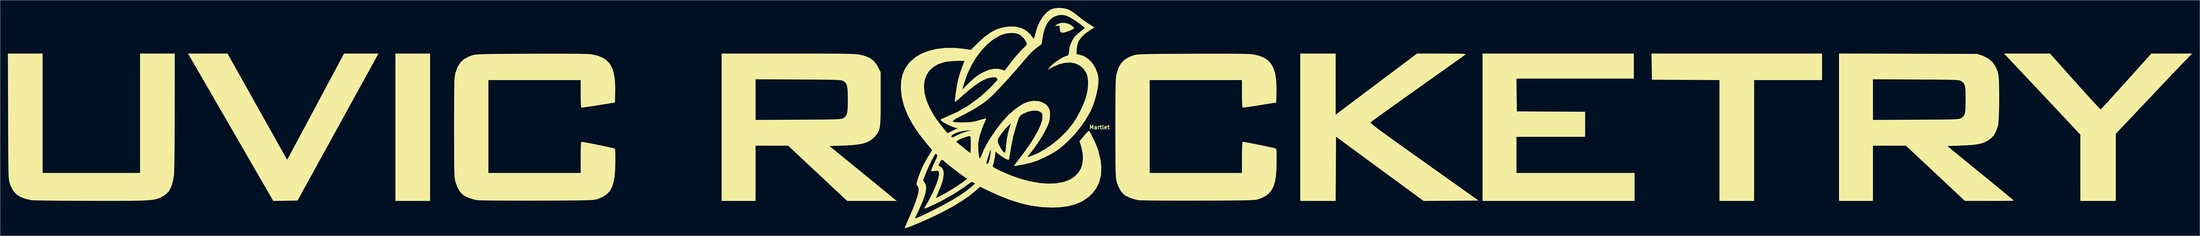
<source format=kicad_pcb>
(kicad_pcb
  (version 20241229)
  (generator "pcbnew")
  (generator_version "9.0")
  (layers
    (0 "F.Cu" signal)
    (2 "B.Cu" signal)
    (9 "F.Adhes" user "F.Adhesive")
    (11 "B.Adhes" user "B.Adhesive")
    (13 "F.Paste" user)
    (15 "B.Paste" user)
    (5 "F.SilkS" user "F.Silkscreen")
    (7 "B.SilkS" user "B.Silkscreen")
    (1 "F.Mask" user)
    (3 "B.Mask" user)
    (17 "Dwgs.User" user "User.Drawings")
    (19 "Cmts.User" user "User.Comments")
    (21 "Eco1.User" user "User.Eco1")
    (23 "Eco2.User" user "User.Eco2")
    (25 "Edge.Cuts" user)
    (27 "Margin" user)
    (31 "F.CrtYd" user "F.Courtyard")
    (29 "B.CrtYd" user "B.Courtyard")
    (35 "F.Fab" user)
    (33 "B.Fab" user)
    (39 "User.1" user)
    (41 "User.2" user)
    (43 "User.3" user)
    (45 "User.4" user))
  (footprint "Martlet"
    (layer "F.Cu")
    (at 422.118 46.229)
    (property "Reference" "Martlet" (at 0 0 0) (layer "F.SilkS") (effects (font (size 1.5 1.5) (thickness 0.3))))
    (attr board_only exclude_from_pos_files exclude_from_bom)
    (fp_poly (pts (xy -258.852 0) (xy -258.852 28.539) (xy -265.558 28.539) (xy -272.265 28.539) (xy -272.265 0) (xy -272.265 -28.539) (xy -265.558 -28.539) (xy -258.852 -28.539)) (stroke (width 0) (type solid)) (fill yes) (layer "F.SilkS"))
    (fp_poly (pts (xy 279.4 -23.402) (xy 279.4 -18.265) (xy 266.272 -18.265) (xy 253.144 -18.265) (xy 253.144 5.137) (xy 253.144 28.539) (xy 246.437 28.539) (xy 239.73 28.539) (xy 239.73 5.14) (xy 239.73 -18.259) (xy 226.674 -18.334) (xy 213.617 -18.408) (xy 213.539 -23.474) (xy 213.461 -28.539) (xy 246.43 -28.539) (xy 279.4 -28.539)) (stroke (width 0) (type solid)) (fill yes) (layer "F.SilkS"))
    (fp_poly (pts (xy 206.625 -23.688) (xy 206.625 -18.836) (xy 183.93 -18.836) (xy 161.236 -18.836) (xy 161.313 -12.486) (xy 161.39 -6.136) (xy 174.589 -6.062) (xy 187.789 -5.988) (xy 187.789 -1.139) (xy 187.789 3.71) (xy 174.518 3.71) (xy 161.247 3.71) (xy 161.247 10.702) (xy 161.247 17.694) (xy 184.079 17.694) (xy 206.91 17.694) (xy 206.91 23.117) (xy 206.91 28.539) (xy 177.515 28.539) (xy 148.119 28.539) (xy 148.119 0) (xy 148.119 -28.539) (xy 177.372 -28.539) (xy 206.625 -28.539)) (stroke (width 0) (type solid)) (fill yes) (layer "F.SilkS"))
    (fp_poly (pts (xy -12.102 -40.11) (xy -10.817 -39.442) (xy -10.161 -38.857) (xy -9.881 -38.509) (xy -9.864 -38.263) (xy -10.19 -38.012) (xy -10.939 -37.652) (xy -11.16 -37.552) (xy -12.214 -37.125) (xy -13.244 -36.787) (xy -13.746 -36.665) (xy -14.487 -36.592) (xy -14.9 -36.765) (xy -15.101 -37.055) (xy -15.326 -37.763) (xy -15.411 -38.545) (xy -15.456 -39.163) (xy -15.703 -39.357) (xy -16.267 -39.284) (xy -16.925 -39.198) (xy -17.065 -39.313) (xy -16.688 -39.642) (xy -16.196 -39.958) (xy -14.968 -40.4) (xy -13.545 -40.44)) (stroke (width 0) (type solid)) (fill yes) (layer "F.SilkS"))
    (fp_poly (pts (xy -325.664 -7.971) (xy -314.138 12.597) (xy -313.307 11.079) (xy -313.039 10.584) (xy -312.526 9.629) (xy -311.79 8.256) (xy -310.854 6.509) (xy -309.742 4.429) (xy -308.475 2.062) (xy -307.078 -0.552) (xy -305.573 -3.368) (xy -303.983 -6.344) (xy -302.331 -9.437) (xy -302.303 -9.489) (xy -292.13 -28.539) (xy -285.461 -28.539) (xy -278.793 -28.539) (xy -279.392 -27.469) (xy -279.608 -27.079) (xy -280.081 -26.222) (xy -280.791 -24.932) (xy -281.721 -23.243) (xy -282.851 -21.189) (xy -284.164 -18.803) (xy -285.641 -16.118) (xy -287.262 -13.169) (xy -289.011 -9.99) (xy -290.867 -6.613) (xy -292.814 -3.073) (xy -294.831 0.597) (xy -295.052 0.999) (xy -310.112 28.397) (xy -314.805 28.467) (xy -319.498 28.536) (xy -335.271 1.211) (xy -337.384 -2.448) (xy -339.426 -5.985) (xy -341.379 -9.366) (xy -343.223 -12.559) (xy -344.94 -15.529) (xy -346.509 -18.243) (xy -347.911 -20.669) (xy -349.128 -22.772) (xy -350.139 -24.52) (xy -350.926 -25.879) (xy -351.47 -26.815) (xy -351.75 -27.295) (xy -351.769 -27.326) (xy -352.493 -28.539) (xy -344.842 -28.539) (xy -337.19 -28.539)) (stroke (width 0) (type solid)) (fill yes) (layer "F.SilkS"))
    (fp_poly (pts (xy 377.207 -17.715) (xy 379.087 -15.612) (xy 380.858 -13.646) (xy 382.482 -11.857) (xy 383.922 -10.286) (xy 385.141 -8.972) (xy 386.103 -7.956) (xy 386.77 -7.276) (xy 387.107 -6.973) (xy 387.136 -6.961) (xy 387.377 -7.181) (xy 387.961 -7.786) (xy 388.851 -8.736) (xy 390.011 -9.99) (xy 391.401 -11.508) (xy 392.987 -13.25) (xy 394.73 -15.175) (xy 396.593 -17.242) (xy 397.081 -17.785) (xy 406.74 -28.539) (xy 414.626 -28.539) (xy 422.511 -28.539) (xy 420.352 -26.328) (xy 419.774 -25.728) (xy 418.843 -24.756) (xy 417.603 -23.454) (xy 416.092 -21.866) (xy 414.351 -20.034) (xy 412.422 -18.001) (xy 410.345 -15.809) (xy 408.16 -13.501) (xy 405.907 -11.121) (xy 405.59 -10.785) (xy 392.987 2.546) (xy 392.987 15.543) (xy 392.987 28.539) (xy 386.137 28.539) (xy 379.288 28.539) (xy 379.288 15.698) (xy 379.288 2.856) (xy 365.687 -11.629) (xy 363.384 -14.082) (xy 361.17 -16.439) (xy 359.08 -18.663) (xy 357.151 -20.717) (xy 355.415 -22.563) (xy 353.91 -24.164) (xy 352.669 -25.483) (xy 351.727 -26.483) (xy 351.12 -27.126) (xy 350.93 -27.326) (xy 349.773 -28.539) (xy 358.668 -28.539) (xy 367.563 -28.539)) (stroke (width 0) (type solid)) (fill yes) (layer "F.SilkS"))
    (fp_poly (pts (xy 91.326 -16.705) (xy 91.326 -4.871) (xy 107.056 -16.705) (xy 122.786 -28.539) (xy 132.384 -28.53) (xy 134.98 -28.526) (xy 137.057 -28.516) (xy 138.667 -28.499) (xy 139.861 -28.472) (xy 140.693 -28.432) (xy 141.213 -28.377) (xy 141.475 -28.304) (xy 141.528 -28.21) (xy 141.427 -28.093) (xy 141.412 -28.082) (xy 141.093 -27.849) (xy 140.345 -27.312) (xy 139.206 -26.498) (xy 137.714 -25.434) (xy 135.906 -24.144) (xy 133.818 -22.657) (xy 131.489 -20.999) (xy 128.956 -19.197) (xy 126.255 -17.276) (xy 123.424 -15.264) (xy 123.147 -15.067) (xy 120.308 -13.047) (xy 117.596 -11.116) (xy 115.049 -9.299) (xy 112.705 -7.624) (xy 110.6 -6.117) (xy 108.771 -4.804) (xy 107.256 -3.712) (xy 106.092 -2.868) (xy 105.315 -2.299) (xy 104.963 -2.031) (xy 104.952 -2.022) (xy 104.887 -1.926) (xy 104.893 -1.798) (xy 104.996 -1.616) (xy 105.224 -1.36) (xy 105.605 -1.01) (xy 106.166 -0.544) (xy 106.934 0.057) (xy 107.937 0.815) (xy 109.202 1.75) (xy 110.756 2.881) (xy 112.627 4.231) (xy 114.841 5.819) (xy 117.427 7.666) (xy 120.412 9.793) (xy 123.823 12.219) (xy 125.515 13.422) (xy 146.578 28.397) (xy 135.95 28.471) (xy 125.321 28.546) (xy 108.395 16.111) (xy 91.469 3.675) (xy 91.394 16.107) (xy 91.32 28.539) (xy 84.473 28.539) (xy 77.627 28.539) (xy 77.627 0) (xy 77.627 -28.539) (xy 84.476 -28.539) (xy 91.326 -28.539)) (stroke (width 0) (type solid)) (fill yes) (layer "F.SilkS"))
    (fp_poly (pts (xy -408.683 -5.422) (xy -408.683 17.694) (xy -389.847 17.694) (xy -371.011 17.694) (xy -371.011 -5.422) (xy -371.011 -28.539) (xy -364.304 -28.539) (xy -357.598 -28.539) (xy -357.607 -6.065) (xy -357.612 -2.254) (xy -357.623 1.373) (xy -357.641 4.774) (xy -357.665 7.905) (xy -357.694 10.723) (xy -357.727 13.183) (xy -357.765 15.243) (xy -357.806 16.859) (xy -357.85 17.986) (xy -357.893 18.551) (xy -358.323 21.025) (xy -358.927 23.013) (xy -359.743 24.584) (xy -360.808 25.806) (xy -362.16 26.747) (xy -362.449 26.899) (xy -363.045 27.189) (xy -363.622 27.443) (xy -364.221 27.663) (xy -364.883 27.851) (xy -365.649 28.01) (xy -366.559 28.142) (xy -367.654 28.249) (xy -368.975 28.335) (xy -370.563 28.4) (xy -372.458 28.448) (xy -374.7 28.481) (xy -377.331 28.501) (xy -380.392 28.511) (xy -383.922 28.513) (xy -387.963 28.509) (xy -390.086 28.506) (xy -393.584 28.497) (xy -396.943 28.483) (xy -400.115 28.464) (xy -403.053 28.441) (xy -405.708 28.413) (xy -408.033 28.383) (xy -409.981 28.349) (xy -411.502 28.314) (xy -412.551 28.276) (xy -413.077 28.238) (xy -413.085 28.237) (xy -415.502 27.689) (xy -417.444 26.907) (xy -418.975 25.842) (xy -420.162 24.444) (xy -421.068 22.665) (xy -421.314 21.995) (xy -421.426 21.658) (xy -421.524 21.327) (xy -421.61 20.961) (xy -421.683 20.524) (xy -421.746 19.975) (xy -421.799 19.278) (xy -421.844 18.393) (xy -421.881 17.283) (xy -421.912 15.908) (xy -421.937 14.23) (xy -421.958 12.211) (xy -421.976 9.812) (xy -421.991 6.995) (xy -422.005 3.721) (xy -422.019 -0.048) (xy -422.034 -4.21) (xy -422.118 -28.539) (xy -415.4 -28.539) (xy -408.683 -28.539)) (stroke (width 0) (type solid)) (fill yes) (layer "F.SilkS"))
    (fp_poly (pts (xy 312.72 -28.476) (xy 339.475 -28.397) (xy 341.36 -27.756) (xy 343.467 -26.763) (xy 345.18 -25.363) (xy 346.481 -23.576) (xy 347.35 -21.425) (xy 347.583 -20.413) (xy 347.698 -19.459) (xy 347.786 -18.044) (xy 347.85 -16.266) (xy 347.888 -14.227) (xy 347.903 -12.026) (xy 347.893 -9.762) (xy 347.861 -7.536) (xy 347.807 -5.447) (xy 347.73 -3.596) (xy 347.633 -2.081) (xy 347.514 -1.002) (xy 347.469 -0.752) (xy 346.771 1.496) (xy 345.726 3.292) (xy 344.379 4.602) (xy 343.323 5.297) (xy 342.227 5.848) (xy 341.002 6.273) (xy 339.561 6.592) (xy 337.817 6.824) (xy 335.682 6.989) (xy 333.068 7.104) (xy 332.945 7.108) (xy 327.841 7.278) (xy 340.722 17.808) (xy 343.063 19.723) (xy 345.267 21.53) (xy 347.295 23.196) (xy 349.109 24.689) (xy 350.669 25.976) (xy 351.936 27.027) (xy 352.873 27.809) (xy 353.44 28.29) (xy 353.602 28.439) (xy 353.328 28.462) (xy 352.549 28.483) (xy 351.332 28.501) (xy 349.743 28.515) (xy 347.848 28.525) (xy 345.714 28.529) (xy 344.113 28.528) (xy 334.624 28.517) (xy 323.226 17.826) (xy 311.828 7.135) (xy 305.46 7.135) (xy 299.092 7.135) (xy 299.092 17.837) (xy 299.092 28.539) (xy 292.528 28.539) (xy 285.964 28.539) (xy 285.964 -0.008) (xy 285.964 -18.568) (xy 299.092 -18.568) (xy 299.092 -10.7) (xy 299.092 -2.832) (xy 315.729 -2.914) (xy 319.247 -2.933) (xy 322.24 -2.952) (xy 324.751 -2.972) (xy 326.826 -2.996) (xy 328.51 -3.024) (xy 329.847 -3.059) (xy 330.884 -3.102) (xy 331.663 -3.154) (xy 332.231 -3.217) (xy 332.632 -3.293) (xy 332.911 -3.382) (xy 333.114 -3.487) (xy 333.134 -3.5) (xy 333.728 -3.924) (xy 334.172 -4.367) (xy 334.489 -4.916) (xy 334.7 -5.659) (xy 334.826 -6.681) (xy 334.888 -8.069) (xy 334.908 -9.911) (xy 334.909 -10.701) (xy 334.899 -12.727) (xy 334.854 -14.269) (xy 334.754 -15.414) (xy 334.576 -16.247) (xy 334.299 -16.857) (xy 333.903 -17.328) (xy 333.366 -17.749) (xy 333.134 -17.904) (xy 332.938 -18.011) (xy 332.67 -18.102) (xy 332.286 -18.179) (xy 331.74 -18.243) (xy 330.988 -18.297) (xy 329.984 -18.34) (xy 328.685 -18.376) (xy 327.044 -18.405) (xy 325.018 -18.429) (xy 322.561 -18.449) (xy 319.628 -18.468) (xy 316.174 -18.486) (xy 315.729 -18.488) (xy 299.092 -18.568) (xy 285.964 -18.568) (xy 285.964 -28.556)) (stroke (width 0) (type solid)) (fill yes) (layer "F.SilkS"))
    (fp_poly (pts (xy -115.923 -28.538) (xy -111.955 -28.535) (xy -108.484 -28.529) (xy -105.474 -28.519) (xy -102.886 -28.504) (xy -100.685 -28.485) (xy -98.833 -28.461) (xy -97.293 -28.431) (xy -96.029 -28.394) (xy -95.003 -28.349) (xy -94.178 -28.297) (xy -93.518 -28.237) (xy -92.986 -28.168) (xy -92.545 -28.089) (xy -92.537 -28.087) (xy -90.335 -27.493) (xy -88.589 -26.685) (xy -87.208 -25.597) (xy -86.098 -24.163) (xy -85.557 -23.178) (xy -84.619 -21.274) (xy -84.619 -10.994) (xy -84.623 -8.046) (xy -84.639 -5.608) (xy -84.677 -3.618) (xy -84.745 -2.014) (xy -84.852 -0.735) (xy -85.007 0.281) (xy -85.218 1.095) (xy -85.494 1.768) (xy -85.843 2.362) (xy -86.275 2.938) (xy -86.65 3.387) (xy -87.634 4.396) (xy -88.724 5.207) (xy -89.996 5.843) (xy -91.522 6.326) (xy -93.376 6.677) (xy -95.633 6.919) (xy -98.367 7.074) (xy -99.076 7.1) (xy -104.401 7.278) (xy -94.102 15.697) (xy -91.895 17.501) (xy -89.73 19.272) (xy -87.666 20.96) (xy -85.762 22.517) (xy -84.08 23.894) (xy -82.678 25.042) (xy -81.617 25.911) (xy -81.109 26.328) (xy -78.416 28.539) (xy -87.998 28.539) (xy -97.579 28.539) (xy -108.994 17.837) (xy -120.408 7.135) (xy -126.701 7.135) (xy -132.993 7.135) (xy -132.993 17.837) (xy -132.993 28.539) (xy -139.557 28.539) (xy -146.121 28.539) (xy -146.121 0) (xy -146.121 -18.568) (xy -132.993 -18.568) (xy -132.993 -10.702) (xy -132.993 -2.836) (xy -116.512 -2.916) (xy -113.013 -2.934) (xy -110.039 -2.953) (xy -107.544 -2.973) (xy -105.483 -2.996) (xy -103.809 -3.025) (xy -102.478 -3.06) (xy -101.443 -3.104) (xy -100.659 -3.157) (xy -100.08 -3.221) (xy -99.659 -3.298) (xy -99.353 -3.39) (xy -99.114 -3.497) (xy -99.08 -3.515) (xy -98.489 -3.904) (xy -98.045 -4.394) (xy -97.726 -5.065) (xy -97.514 -5.999) (xy -97.389 -7.276) (xy -97.331 -8.977) (xy -97.319 -10.702) (xy -97.338 -12.802) (xy -97.408 -14.412) (xy -97.549 -15.615) (xy -97.78 -16.49) (xy -98.122 -17.119) (xy -98.594 -17.583) (xy -99.08 -17.889) (xy -99.313 -18) (xy -99.607 -18.094) (xy -100.007 -18.173) (xy -100.559 -18.239) (xy -101.309 -18.294) (xy -102.303 -18.338) (xy -103.587 -18.375) (xy -105.205 -18.404) (xy -107.205 -18.428) (xy -109.631 -18.449) (xy -112.53 -18.467) (xy -115.946 -18.485) (xy -116.512 -18.488) (xy -132.993 -18.568) (xy -146.121 -18.568) (xy -146.121 -28.539) (xy -120.424 -28.539)) (stroke (width 0) (type solid)) (fill yes) (layer "F.SilkS"))
    (fp_poly (pts (xy 48.472 -28.484) (xy 51.605 -28.467) (xy 54.222 -28.44) (xy 56.312 -28.402) (xy 57.862 -28.353) (xy 58.859 -28.295) (xy 59.141 -28.263) (xy 61.49 -27.76) (xy 63.453 -27.014) (xy 65.052 -25.989) (xy 66.313 -24.645) (xy 67.26 -22.944) (xy 67.916 -20.846) (xy 68.306 -18.315) (xy 68.455 -15.31) (xy 68.441 -13.416) (xy 68.352 -9.566) (xy 61.93 -8.537) (xy 60.081 -8.247) (xy 58.421 -7.998) (xy 57.034 -7.803) (xy 56.001 -7.673) (xy 55.405 -7.618) (xy 55.295 -7.623) (xy 55.227 -7.932) (xy 55.168 -8.72) (xy 55.122 -9.895) (xy 55.091 -11.366) (xy 55.081 -13.002) (xy 55.081 -18.265) (xy 37.244 -18.265) (xy 19.407 -18.265) (xy 19.407 -0.285) (xy 19.407 17.694) (xy 37.244 17.694) (xy 55.081 17.694) (xy 55.081 11.718) (xy 55.091 9.932) (xy 55.118 8.347) (xy 55.16 7.05) (xy 55.213 6.127) (xy 55.275 5.662) (xy 55.295 5.625) (xy 55.609 5.653) (xy 56.385 5.781) (xy 57.529 5.991) (xy 58.945 6.261) (xy 60.536 6.575) (xy 62.208 6.912) (xy 63.865 7.254) (xy 65.412 7.581) (xy 66.752 7.874) (xy 67.79 8.115) (xy 67.852 8.13) (xy 68.087 8.204) (xy 68.256 8.35) (xy 68.37 8.65) (xy 68.44 9.186) (xy 68.478 10.043) (xy 68.492 11.302) (xy 68.494 13.046) (xy 68.494 13.108) (xy 68.428 16.313) (xy 68.211 19.014) (xy 67.818 21.262) (xy 67.223 23.11) (xy 66.401 24.611) (xy 65.326 25.816) (xy 63.971 26.779) (xy 62.312 27.551) (xy 61.217 27.927) (xy 60.885 28.011) (xy 60.44 28.085) (xy 59.844 28.148) (xy 59.058 28.203) (xy 58.043 28.249) (xy 56.759 28.288) (xy 55.167 28.321) (xy 53.23 28.348) (xy 50.907 28.371) (xy 48.159 28.389) (xy 44.948 28.405) (xy 41.234 28.418) (xy 38.1 28.427) (xy 34.593 28.433) (xy 31.223 28.432) (xy 28.038 28.425) (xy 25.086 28.412) (xy 22.416 28.394) (xy 20.074 28.371) (xy 18.109 28.343) (xy 16.568 28.311) (xy 15.5 28.274) (xy 14.953 28.235) (xy 14.939 28.233) (xy 13.312 27.854) (xy 11.712 27.307) (xy 10.325 26.664) (xy 9.408 26.061) (xy 8.273 24.776) (xy 7.316 23.004) (xy 6.657 21.119) (xy 6.553 20.716) (xy 6.464 20.272) (xy 6.388 19.742) (xy 6.325 19.082) (xy 6.274 18.247) (xy 6.232 17.193) (xy 6.2 15.876) (xy 6.176 14.252) (xy 6.158 12.275) (xy 6.147 9.901) (xy 6.14 7.086) (xy 6.137 3.786) (xy 6.136 0.285) (xy 6.137 -3.511) (xy 6.141 -6.782) (xy 6.148 -9.573) (xy 6.161 -11.928) (xy 6.18 -13.894) (xy 6.206 -15.515) (xy 6.24 -16.837) (xy 6.283 -17.904) (xy 6.337 -18.763) (xy 6.403 -19.458) (xy 6.481 -20.035) (xy 6.574 -20.538) (xy 6.654 -20.9) (xy 7.373 -23.117) (xy 8.414 -24.887) (xy 9.829 -26.266) (xy 11.671 -27.31) (xy 13.271 -27.88) (xy 13.636 -27.976) (xy 14.061 -28.059) (xy 14.588 -28.131) (xy 15.259 -28.192) (xy 16.113 -28.245) (xy 17.193 -28.289) (xy 18.54 -28.327) (xy 20.195 -28.359) (xy 22.199 -28.385) (xy 24.593 -28.408) (xy 27.419 -28.428) (xy 30.718 -28.447) (xy 34.531 -28.465) (xy 36.102 -28.471) (xy 40.708 -28.486) (xy 44.835 -28.491)) (stroke (width 0) (type solid)) (fill yes) (layer "F.SilkS"))
    (fp_poly (pts (xy -207.241 -28.484) (xy -204.107 -28.467) (xy -201.49 -28.44) (xy -199.4 -28.402) (xy -197.851 -28.353) (xy -196.853 -28.295) (xy -196.571 -28.263) (xy -194.222 -27.76) (xy -192.26 -27.015) (xy -190.661 -25.99) (xy -189.4 -24.646) (xy -188.453 -22.945) (xy -187.797 -20.849) (xy -187.406 -18.318) (xy -187.258 -15.314) (xy -187.271 -13.413) (xy -187.361 -9.561) (xy -193.782 -8.539) (xy -195.632 -8.251) (xy -197.291 -8.004) (xy -198.679 -7.81) (xy -199.712 -7.679) (xy -200.307 -7.624) (xy -200.417 -7.629) (xy -200.485 -7.936) (xy -200.544 -8.722) (xy -200.591 -9.895) (xy -200.621 -11.366) (xy -200.631 -13.002) (xy -200.631 -18.265) (xy -218.469 -18.265) (xy -236.306 -18.265) (xy -236.306 -0.285) (xy -236.306 17.694) (xy -218.469 17.694) (xy -200.631 17.694) (xy -200.631 11.718) (xy -200.622 9.932) (xy -200.594 8.347) (xy -200.553 7.05) (xy -200.499 6.127) (xy -200.438 5.662) (xy -200.417 5.625) (xy -200.104 5.653) (xy -199.327 5.781) (xy -198.183 5.991) (xy -196.768 6.261) (xy -195.176 6.575) (xy -193.504 6.912) (xy -191.847 7.254) (xy -190.301 7.581) (xy -188.961 7.874) (xy -187.922 8.115) (xy -187.86 8.13) (xy -187.626 8.204) (xy -187.457 8.35) (xy -187.342 8.65) (xy -187.272 9.186) (xy -187.235 10.043) (xy -187.22 11.302) (xy -187.218 13.046) (xy -187.218 13.108) (xy -187.285 16.313) (xy -187.501 19.014) (xy -187.894 21.262) (xy -188.489 23.11) (xy -189.311 24.611) (xy -190.387 25.816) (xy -191.741 26.779) (xy -193.4 27.551) (xy -194.496 27.927) (xy -194.828 28.011) (xy -195.272 28.085) (xy -195.868 28.148) (xy -196.654 28.203) (xy -197.67 28.249) (xy -198.954 28.288) (xy -200.545 28.321) (xy -202.483 28.348) (xy -204.806 28.371) (xy -207.553 28.389) (xy -210.765 28.405) (xy -214.478 28.418) (xy -217.612 28.427) (xy -221.12 28.433) (xy -224.49 28.432) (xy -227.675 28.425) (xy -230.626 28.412) (xy -233.297 28.394) (xy -235.639 28.371) (xy -237.604 28.343) (xy -239.144 28.311) (xy -240.212 28.274) (xy -240.759 28.235) (xy -240.773 28.233) (xy -242.4 27.854) (xy -244.001 27.307) (xy -245.388 26.664) (xy -246.304 26.061) (xy -247.44 24.776) (xy -248.397 23.004) (xy -249.056 21.119) (xy -249.159 20.718) (xy -249.248 20.275) (xy -249.323 19.747) (xy -249.386 19.089) (xy -249.438 18.257) (xy -249.479 17.207) (xy -249.512 15.895) (xy -249.536 14.276) (xy -249.554 12.306) (xy -249.565 9.942) (xy -249.572 7.138) (xy -249.576 3.851) (xy -249.576 0.143) (xy -249.576 -3.656) (xy -249.572 -6.928) (xy -249.565 -9.72) (xy -249.554 -12.075) (xy -249.536 -14.038) (xy -249.512 -15.655) (xy -249.479 -16.97) (xy -249.437 -18.029) (xy -249.385 -18.875) (xy -249.321 -19.554) (xy -249.245 -20.11) (xy -249.155 -20.589) (xy -249.05 -21.035) (xy -249.041 -21.07) (xy -248.275 -23.265) (xy -247.191 -25.012) (xy -245.734 -26.369) (xy -243.849 -27.39) (xy -242.442 -27.88) (xy -242.077 -27.976) (xy -241.651 -28.059) (xy -241.124 -28.131) (xy -240.454 -28.192) (xy -239.599 -28.245) (xy -238.519 -28.289) (xy -237.172 -28.327) (xy -235.517 -28.359) (xy -233.513 -28.385) (xy -231.119 -28.408) (xy -228.293 -28.428) (xy -224.994 -28.447) (xy -221.181 -28.465) (xy -219.61 -28.471) (xy -215.004 -28.486) (xy -210.877 -28.491)) (stroke (width 0) (type solid)) (fill yes) (layer "F.SilkS"))
    (fp_poly (pts (xy -13.886 -46.092) (xy -12.257 -45.686) (xy -12.188 -45.66) (xy -11.087 -45.112) (xy -9.744 -44.226) (xy -8.296 -43.094) (xy -8.271 -43.073) (xy -7.036 -42.078) (xy -5.701 -41.082) (xy -4.474 -40.236) (xy -3.942 -39.903) (xy -3.034 -39.356) (xy -2.352 -38.929) (xy -2.015 -38.698) (xy -1.998 -38.679) (xy -2.221 -38.506) (xy -2.807 -38.12) (xy -3.631 -37.601) (xy -3.668 -37.578) (xy -5.375 -36.368) (xy -6.812 -35.038) (xy -7.864 -33.703) (xy -8.16 -33.175) (xy -8.455 -32.306) (xy -8.689 -31.151) (xy -8.792 -30.218) (xy -8.907 -28.329) (xy -7.807 -28.125) (xy -5.94 -27.499) (xy -4.242 -26.385) (xy -2.773 -24.858) (xy -1.595 -22.99) (xy -0.77 -20.854) (xy -0.451 -19.349) (xy -0.386 -17.758) (xy -0.572 -15.794) (xy -0.978 -13.584) (xy -1.574 -11.253) (xy -2.332 -8.926) (xy -3.221 -6.729) (xy -3.638 -5.851) (xy -5.276 -2.991) (xy -7.325 -0.061) (xy -9.67 2.798) (xy -12.191 5.447) (xy -14.771 7.745) (xy -15.51 8.322) (xy -17.342 9.567) (xy -19.509 10.815) (xy -21.822 11.974) (xy -24.095 12.95) (xy -26.142 13.651) (xy -26.302 13.695) (xy -27.418 13.977) (xy -28.69 14.266) (xy -29.995 14.536) (xy -31.207 14.765) (xy -32.203 14.929) (xy -32.858 15.004) (xy -33.05 14.988) (xy -32.917 14.746) (xy -32.493 14.141) (xy -31.839 13.261) (xy -31.018 12.189) (xy -30.829 11.947) (xy -28.613 9.001) (xy -26.693 6.228) (xy -25.082 3.658) (xy -23.795 1.32) (xy -22.846 -0.756) (xy -22.249 -2.54) (xy -22.017 -4.002) (xy -22.166 -5.112) (xy -22.525 -5.687) (xy -23.45 -6.234) (xy -24.717 -6.454) (xy -26.212 -6.357) (xy -27.816 -5.955) (xy -29.414 -5.259) (xy -29.84 -5.015) (xy -30.286 -4.729) (xy -30.633 -4.426) (xy -30.93 -4.013) (xy -31.223 -3.397) (xy -31.561 -2.482) (xy -31.99 -1.177) (xy -32.337 -0.088) (xy -33.471 4.015) (xy -34.253 8.013) (xy -34.271 8.134) (xy -34.495 9.602) (xy -34.697 10.883) (xy -34.86 11.864) (xy -34.965 12.429) (xy -34.983 12.505) (xy -35.272 12.602) (xy -35.902 12.409) (xy -36.762 11.981) (xy -37.742 11.377) (xy -38.732 10.654) (xy -39.077 10.37) (xy -40.187 9.419) (xy -40.379 10.917) (xy -40.611 12.36) (xy -40.916 13.76) (xy -41.239 14.873) (xy -41.287 15.005) (xy -41.199 15.267) (xy -40.735 15.637) (xy -39.844 16.146) (xy -38.479 16.826) (xy -38.204 16.957) (xy -34.271 18.653) (xy -30.411 19.996) (xy -26.67 20.978) (xy -23.097 21.594) (xy -19.741 21.838) (xy -16.648 21.704) (xy -13.869 21.187) (xy -11.45 20.279) (xy -11.34 20.224) (xy -9.548 19.011) (xy -8.062 17.403) (xy -7.235 16.028) (xy -6.637 14.197) (xy -6.413 12.067) (xy -6.564 9.773) (xy -7.082 7.481) (xy -7.728 5.402) (xy -5.957 3.261) (xy -5.065 2.225) (xy -4.453 1.624) (xy -4.078 1.419) (xy -3.936 1.487) (xy -3.409 2.376) (xy -2.76 3.637) (xy -2.064 5.109) (xy -1.395 6.626) (xy -0.829 8.027) (xy -0.487 8.997) (xy 0.37 12.403) (xy 0.722 15.579) (xy 0.572 18.514) (xy -0.078 21.198) (xy -1.226 23.62) (xy -2.87 25.77) (xy -4.494 27.252) (xy -6.781 28.744) (xy -9.389 29.863) (xy -12.355 30.62) (xy -15.72 31.026) (xy -18.324 31.107) (xy -22.36 30.93) (xy -26.375 30.389) (xy -30.448 29.464) (xy -34.653 28.135) (xy -39.07 26.381) (xy -42.292 24.909) (xy -46.198 23.037) (xy -47.982 24.651) (xy -50.279 26.529) (xy -53.093 28.483) (xy -56.377 30.488) (xy -60.085 32.518) (xy -64.173 34.548) (xy -68.594 36.553) (xy -71.83 37.913) (xy -73.303 38.502) (xy -74.321 38.875) (xy -74.948 39.047) (xy -75.25 39.034) (xy -75.293 38.852) (xy -75.255 38.742) (xy -75.093 38.367) (xy -74.746 37.568) (xy -74.258 36.449) (xy -73.744 35.273) (xy -71.348 35.273) (xy -71.103 35.27) (xy -70.367 35) (xy -69.137 34.461) (xy -67.41 33.653) (xy -65.185 32.574) (xy -65.134 32.549) (xy -61.125 30.509) (xy -57.557 28.546) (xy -54.459 26.674) (xy -51.855 24.91) (xy -49.772 23.271) (xy -49.428 22.966) (xy -48.111 21.774) (xy -48.778 21.418) (xy -49.318 21.223) (xy -49.805 21.372) (xy -50.194 21.65) (xy -52.543 23.373) (xy -55.277 25.169) (xy -58.236 26.942) (xy -61.261 28.596) (xy -63.823 29.863) (xy -65.407 30.604) (xy -66.53 31.115) (xy -67.248 31.403) (xy -67.619 31.473) (xy -67.702 31.331) (xy -67.553 30.982) (xy -67.232 30.432) (xy -67.083 30.183) (xy -65.823 27.951) (xy -65.536 27.39) (xy -63.172 27.39) (xy -63.161 27.398) (xy -62.858 27.27) (xy -62.167 26.925) (xy -61.197 26.418) (xy -60.334 25.956) (xy -58.891 25.141) (xy -57.292 24.181) (xy -55.669 23.159) (xy -54.15 22.16) (xy -52.868 21.268) (xy -51.953 20.566) (xy -51.942 20.557) (xy -51.228 19.955) (xy -51.942 19.467) (xy -52.865 18.814) (xy -54.008 17.972) (xy -55.273 17.019) (xy -56.56 16.031) (xy -57.769 15.085) (xy -58.802 14.258) (xy -59.015 14.081) (xy -43.727 14.081) (xy -43.713 14.126) (xy -43.363 14.246) (xy -43.007 13.848) (xy -42.86 13.554) (xy -42.653 12.933) (xy -42.44 12.029) (xy -42.247 11.009) (xy -42.103 10.04) (xy -42.036 9.287) (xy -42.074 8.917) (xy -42.078 8.913) (xy -42.263 8.996) (xy -42.327 9.163) (xy -42.459 9.61) (xy -42.717 10.439) (xy -43.053 11.493) (xy -43.143 11.772) (xy -43.457 12.811) (xy -43.662 13.627) (xy -43.727 14.081) (xy -59.015 14.081) (xy -59.559 13.627) (xy -59.911 13.302) (xy -60.568 12.715) (xy -61.055 12.641) (xy -61.487 13.097) (xy -61.735 13.566) (xy -62.108 14.442) (xy -62.181 14.928) (xy -61.957 15.114) (xy -61.808 15.126) (xy -61.365 15.334) (xy -60.842 15.838) (xy -60.809 15.878) (xy -60.324 16.944) (xy -60.234 18.41) (xy -60.538 20.278) (xy -61.239 22.55) (xy -62.336 25.23) (xy -62.445 25.471) (xy -62.845 26.394) (xy -63.103 27.076) (xy -63.172 27.39) (xy -65.536 27.39) (xy -64.696 25.743) (xy -63.731 23.629) (xy -62.955 21.683) (xy -62.397 19.977) (xy -62.084 18.582) (xy -62.045 17.571) (xy -62.095 17.34) (xy -62.272 17.004) (xy -62.627 16.868) (xy -63.32 16.893) (xy -63.702 16.935) (xy -65.126 17.103) (xy -64.941 16.329) (xy -64.732 15.72) (xy -64.334 14.777) (xy -63.823 13.669) (xy -63.638 13.289) (xy -63.08 12.093) (xy -62.793 11.298) (xy -62.753 10.817) (xy -62.831 10.649) (xy -63.216 10.322) (xy -63.363 10.274) (xy -63.602 10.52) (xy -64.018 11.194) (xy -64.563 12.2) (xy -65.19 13.442) (xy -65.85 14.823) (xy -66.494 16.247) (xy -67.074 17.618) (xy -67.193 17.914) (xy -68.242 20.559) (xy -67.655 21.306) (xy -67.181 22.23) (xy -67.021 23.426) (xy -67.182 24.93) (xy -67.671 26.777) (xy -68.496 29) (xy -69.663 31.636) (xy -69.804 31.934) (xy -70.388 33.17) (xy -70.871 34.205) (xy -71.206 34.936) (xy -71.347 35.265) (xy -71.348 35.273) (xy -73.744 35.273) (xy -73.672 35.107) (xy -73.359 34.39) (xy -72.117 31.461) (xy -71.16 28.999) (xy -70.479 26.977) (xy -70.069 25.371) (xy -69.924 24.156) (xy -70.036 23.305) (xy -70.349 22.831) (xy -70.627 22.513) (xy -70.738 22.082) (xy -70.67 21.438) (xy -70.412 20.479) (xy -69.95 19.104) (xy -69.889 18.93) (xy -69.248 17.203) (xy -68.598 15.675) (xy -67.852 14.165) (xy -66.921 12.491) (xy -66.158 11.199) (xy -64.743 8.842) (xy -66.854 6.326) (xy -67.417 5.606) (xy -55.418 5.606) (xy -52.752 7.791) (xy -51.711 8.635) (xy -50.836 9.328) (xy -50.217 9.8) (xy -49.945 9.98) (xy -49.944 9.98) (xy -49.886 9.716) (xy -49.835 8.994) (xy -49.797 7.925) (xy -49.779 6.705) (xy -49.778 5.281) (xy -49.809 4.333) (xy -49.882 3.77) (xy -50.012 3.498) (xy -50.21 3.425) (xy -50.223 3.425) (xy -50.894 3.539) (xy -51.876 3.832) (xy -52.968 4.229) (xy -53.969 4.658) (xy -54.678 5.042) (xy -54.75 5.094) (xy -55.418 5.606) (xy -67.417 5.606) (xy -69.053 3.517) (xy -57.293 3.517) (xy -57.248 3.667) (xy -57.105 3.877) (xy -56.925 3.95) (xy -56.589 3.856) (xy -55.977 3.561) (xy -55.064 3.085) (xy -53.791 2.498) (xy -52.343 1.946) (xy -51.421 1.659) (xy -49.516 1.144) (xy -51.457 1.295) (xy -52.831 1.478) (xy -54.177 1.791) (xy -55.395 2.191) (xy -56.387 2.639) (xy -57.052 3.095) (xy -57.293 3.517) (xy -69.053 3.517) (xy -69.849 2.5) (xy -72.3 -1.195) (xy -74.214 -4.775) (xy -75.598 -8.254) (xy -76.46 -11.649) (xy -76.805 -14.976) (xy -76.813 -15.456) (xy -76.798 -15.724) (xy -67.877 -15.724) (xy -67.643 -13.239) (xy -66.95 -10.573) (xy -65.791 -7.753) (xy -64.164 -4.808) (xy -63.409 -3.644) (xy -62.819 -2.808) (xy -62.076 -1.808) (xy -61.257 -0.743) (xy -60.44 0.291) (xy -59.7 1.198) (xy -59.115 1.88) (xy -58.762 2.242) (xy -58.702 2.274) (xy -58.44 2.154) (xy -57.795 1.843) (xy -56.895 1.405) (xy -56.704 1.311) (xy -54.759 0.356) (xy -55.756 0.169) (xy -56.601 -0.082) (xy -57.7 -0.531) (xy -58.882 -1.093) (xy -59.981 -1.685) (xy -60.826 -2.224) (xy -61.107 -2.464) (xy -56.689 -2.464) (xy -56.666 -2.169) (xy -56.105 -1.989) (xy -54.998 -1.9) (xy -53.335 -1.879) (xy -52.655 -1.883) (xy -50.96 -1.92) (xy -49.628 -2.021) (xy -48.455 -2.211) (xy -47.233 -2.519) (xy -46.729 -2.667) (xy -45.594 -3.002) (xy -44.659 -3.261) (xy -44.063 -3.406) (xy -43.939 -3.425) (xy -43.862 -3.208) (xy -44.043 -2.673) (xy -44.108 -2.54) (xy -44.789 -1.066) (xy -45.461 0.664) (xy -46.062 2.459) (xy -46.527 4.13) (xy -46.795 5.488) (xy -46.797 5.508) (xy -46.88 6.663) (xy -46.882 8.007) (xy -46.814 9.38) (xy -46.687 10.625) (xy -46.512 11.583) (xy -46.345 12.037) (xy -46.173 11.924) (xy -45.864 11.375) (xy -45.472 10.49) (xy -45.258 9.948) (xy -44.703 8.663) (xy -43.941 7.139) (xy -43.093 5.607) (xy -42.77 5.075) (xy -39.382 5.075) (xy -39.252 5.8) (xy -38.909 6.714) (xy -38.423 7.694) (xy -37.868 8.619) (xy -37.317 9.365) (xy -36.841 9.81) (xy -36.548 9.857) (xy -36.429 9.53) (xy -36.299 8.773) (xy -36.181 7.729) (xy -36.145 7.304) (xy -35.861 4.805) (xy -35.418 2.38) (xy -34.856 0.244) (xy -34.679 -0.284) (xy -34.223 -1.566) (xy -35.4 -0.426) (xy -36.343 0.562) (xy -37.281 1.676) (xy -38.135 2.804) (xy -38.823 3.833) (xy -39.263 4.651) (xy -39.382 5.075) (xy -42.77 5.075) (xy -42.581 4.764) (xy -40.093 1.064) (xy -37.65 -2.096) (xy -35.225 -4.743) (xy -32.793 -6.905) (xy -30.328 -8.607) (xy -29.116 -9.274) (xy -27.297 -9.954) (xy -25.423 -10.23) (xy -23.609 -10.113) (xy -21.972 -9.616) (xy -20.629 -8.749) (xy -20.28 -8.395) (xy -19.67 -7.602) (xy -19.306 -6.814) (xy -19.144 -5.858) (xy -19.141 -4.566) (xy -19.166 -4.063) (xy -19.328 -2.698) (xy -19.693 -1.404) (xy -20.293 0) (xy -21.281 1.914) (xy -22.489 3.999) (xy -23.797 6.065) (xy -25.086 7.921) (xy -25.885 8.958) (xy -26.835 10.122) (xy -27.447 10.896) (xy -27.736 11.34) (xy -27.716 11.511) (xy -27.403 11.47) (xy -26.811 11.273) (xy -26.436 11.143) (xy -23.592 9.932) (xy -20.674 8.263) (xy -17.788 6.217) (xy -15.037 3.878) (xy -12.527 1.329) (xy -10.364 -1.347) (xy -10.042 -1.804) (xy -8.804 -3.775) (xy -7.584 -6.04) (xy -6.474 -8.403) (xy -5.569 -10.668) (xy -5.097 -12.129) (xy -4.654 -14.162) (xy -4.438 -16.217) (xy -4.448 -18.152) (xy -4.687 -19.821) (xy -5.027 -20.834) (xy -6.12 -22.565) (xy -7.535 -23.85) (xy -9.233 -24.682) (xy -11.172 -25.053) (xy -13.311 -24.958) (xy -15.61 -24.388) (xy -18.027 -23.338) (xy -18.497 -23.084) (xy -20.013 -22.236) (xy -19.359 -23.12) (xy -18.637 -23.91) (xy -17.612 -24.791) (xy -16.411 -25.681) (xy -15.158 -26.497) (xy -13.979 -27.156) (xy -12.999 -27.576) (xy -12.46 -27.683) (xy -12.135 -27.944) (xy -11.874 -28.63) (xy -11.722 -29.594) (xy -11.701 -30.134) (xy -11.539 -31.119) (xy -11.113 -32.349) (xy -10.512 -33.619) (xy -9.826 -34.727) (xy -9.493 -35.141) (xy -8.665 -35.962) (xy -7.655 -36.838) (xy -7.101 -37.268) (xy -6.367 -37.838) (xy -5.866 -38.283) (xy -5.719 -38.481) (xy -5.936 -38.739) (xy -6.488 -39.214) (xy -7.075 -39.667) (xy -9.057 -41.088) (xy -10.702 -42.15) (xy -12.087 -42.885) (xy -13.291 -43.324) (xy -14.392 -43.5) (xy -15.468 -43.446) (xy -15.991 -43.349) (xy -17.718 -42.719) (xy -19.154 -41.652) (xy -20.312 -40.129) (xy -21.204 -38.131) (xy -21.843 -35.64) (xy -22.038 -34.454) (xy -22.357 -32.196) (xy -23.877 -31.074) (xy -24.812 -30.356) (xy -25.654 -29.638) (xy -26.498 -28.823) (xy -27.438 -27.816) (xy -28.57 -26.522) (xy -29.531 -25.39) (xy -31.432 -23.162) (xy -33.38 -20.934) (xy -35.319 -18.766) (xy -37.193 -16.716) (xy -38.946 -14.846) (xy -40.524 -13.215) (xy -41.87 -11.882) (xy -42.929 -10.908) (xy -43.237 -10.65) (xy -45.148 -9.201) (xy -47.219 -7.817) (xy -49.561 -6.429) (xy -52.286 -4.967) (xy -53.637 -4.283) (xy -55.165 -3.497) (xy -56.185 -2.898) (xy -56.689 -2.464) (xy -61.107 -2.464) (xy -61.171 -2.518) (xy -61.38 -2.795) (xy -61.359 -3.016) (xy -61.023 -3.251) (xy -60.289 -3.571) (xy -59.578 -3.85) (xy -54.847 -5.988) (xy -50.349 -8.636) (xy -46.12 -11.769) (xy -42.195 -15.364) (xy -39.977 -17.757) (xy -39.551 -18.32) (xy -39.499 -18.699) (xy -39.69 -19.004) (xy -40.079 -19.286) (xy -40.711 -19.375) (xy -41.554 -19.322) (xy -43.067 -19.003) (xy -44.729 -18.331) (xy -46.578 -17.282) (xy -48.65 -15.834) (xy -50.983 -13.962) (xy -53.205 -12.014) (xy -54.197 -11.135) (xy -55.028 -10.429) (xy -55.612 -9.969) (xy -55.866 -9.823) (xy -55.867 -9.824) (xy -55.909 -10.178) (xy -55.86 -10.979) (xy -55.735 -12.115) (xy -55.552 -13.471) (xy -55.379 -14.592) (xy -53.037 -14.592) (xy -50.848 -16.799) (xy -49.794 -17.822) (xy -48.729 -18.788) (xy -47.807 -19.56) (xy -47.375 -19.882) (xy -45.13 -21.226) (xy -42.985 -22.147) (xy -40.997 -22.628) (xy -39.222 -22.654) (xy -38.231 -22.427) (xy -37.44 -22.163) (xy -36.89 -22.002) (xy -36.769 -21.979) (xy -36.516 -22.19) (xy -36.043 -22.746) (xy -35.489 -23.474) (xy -33.81 -25.692) (xy -32.134 -27.737) (xy -30.561 -29.49) (xy -29.553 -30.501) (xy -28.743 -31.28) (xy -28.286 -31.798) (xy -28.113 -32.182) (xy -28.157 -32.56) (xy -28.284 -32.893) (xy -29.198 -34.393) (xy -30.525 -35.605) (xy -31.198 -36.006) (xy -32.526 -36.418) (xy -34.162 -36.523) (xy -35.943 -36.33) (xy -37.705 -35.848) (xy -38.382 -35.57) (xy -40.896 -34.13) (xy -43.315 -32.185) (xy -45.591 -29.798) (xy -47.679 -27.031) (xy -49.531 -23.948) (xy -51.101 -20.612) (xy -52.341 -17.086) (xy -52.496 -16.544) (xy -53.037 -14.592) (xy -55.379 -14.592) (xy -55.326 -14.936) (xy -55.072 -16.395) (xy -54.808 -17.736) (xy -54.657 -18.408) (xy -54.256 -19.93) (xy -53.768 -21.536) (xy -53.277 -22.958) (xy -53.104 -23.402) (xy -52.699 -24.402) (xy -52.393 -25.171) (xy -52.237 -25.581) (xy -52.228 -25.614) (xy -52.49 -25.69) (xy -53.197 -25.721) (xy -54.223 -25.711) (xy -55.446 -25.667) (xy -56.742 -25.595) (xy -57.985 -25.5) (xy -59.052 -25.388) (xy -59.819 -25.266) (xy -59.87 -25.254) (xy -62.301 -24.446) (xy -64.3 -23.289) (xy -65.862 -21.81) (xy -66.981 -20.037) (xy -67.654 -17.999) (xy -67.877 -15.724) (xy -76.798 -15.724) (xy -76.656 -18.192) (xy -76.13 -20.571) (xy -75.194 -22.702) (xy -73.811 -24.691) (xy -73.231 -25.355) (xy -71.296 -27.062) (xy -68.929 -28.464) (xy -66.192 -29.547) (xy -63.145 -30.298) (xy -59.847 -30.704) (xy -56.358 -30.751) (xy -52.74 -30.425) (xy -51.56 -30.239) (xy -49.779 -29.929) (xy -46.936 -32.756) (xy -44.524 -34.956) (xy -42.204 -36.645) (xy -39.905 -37.86) (xy -37.557 -38.637) (xy -35.092 -39.013) (xy -34.946 -39.023) (xy -32.451 -38.956) (xy -30.24 -38.423) (xy -28.342 -37.435) (xy -26.784 -36.003) (xy -26.319 -35.392) (xy -25.837 -34.733) (xy -25.487 -34.323) (xy -25.397 -34.258) (xy -25.272 -34.51) (xy -25.067 -35.188) (xy -24.823 -36.161) (xy -24.754 -36.459) (xy -24.054 -38.801) (xy -23.072 -40.971) (xy -21.871 -42.873) (xy -20.513 -44.415) (xy -19.057 -45.503) (xy -18.693 -45.69) (xy -17.313 -46.096) (xy -15.641 -46.229)) (stroke (width 0) (type solid)) (fill yes) (layer "F.SilkS")))
  (gr_rect
    (start -3 -3)
    (end 847.629 88.276)
    (stroke (width 0.1) (type default))
    (fill no)
    (layer "Edge.Cuts")))
</source>
